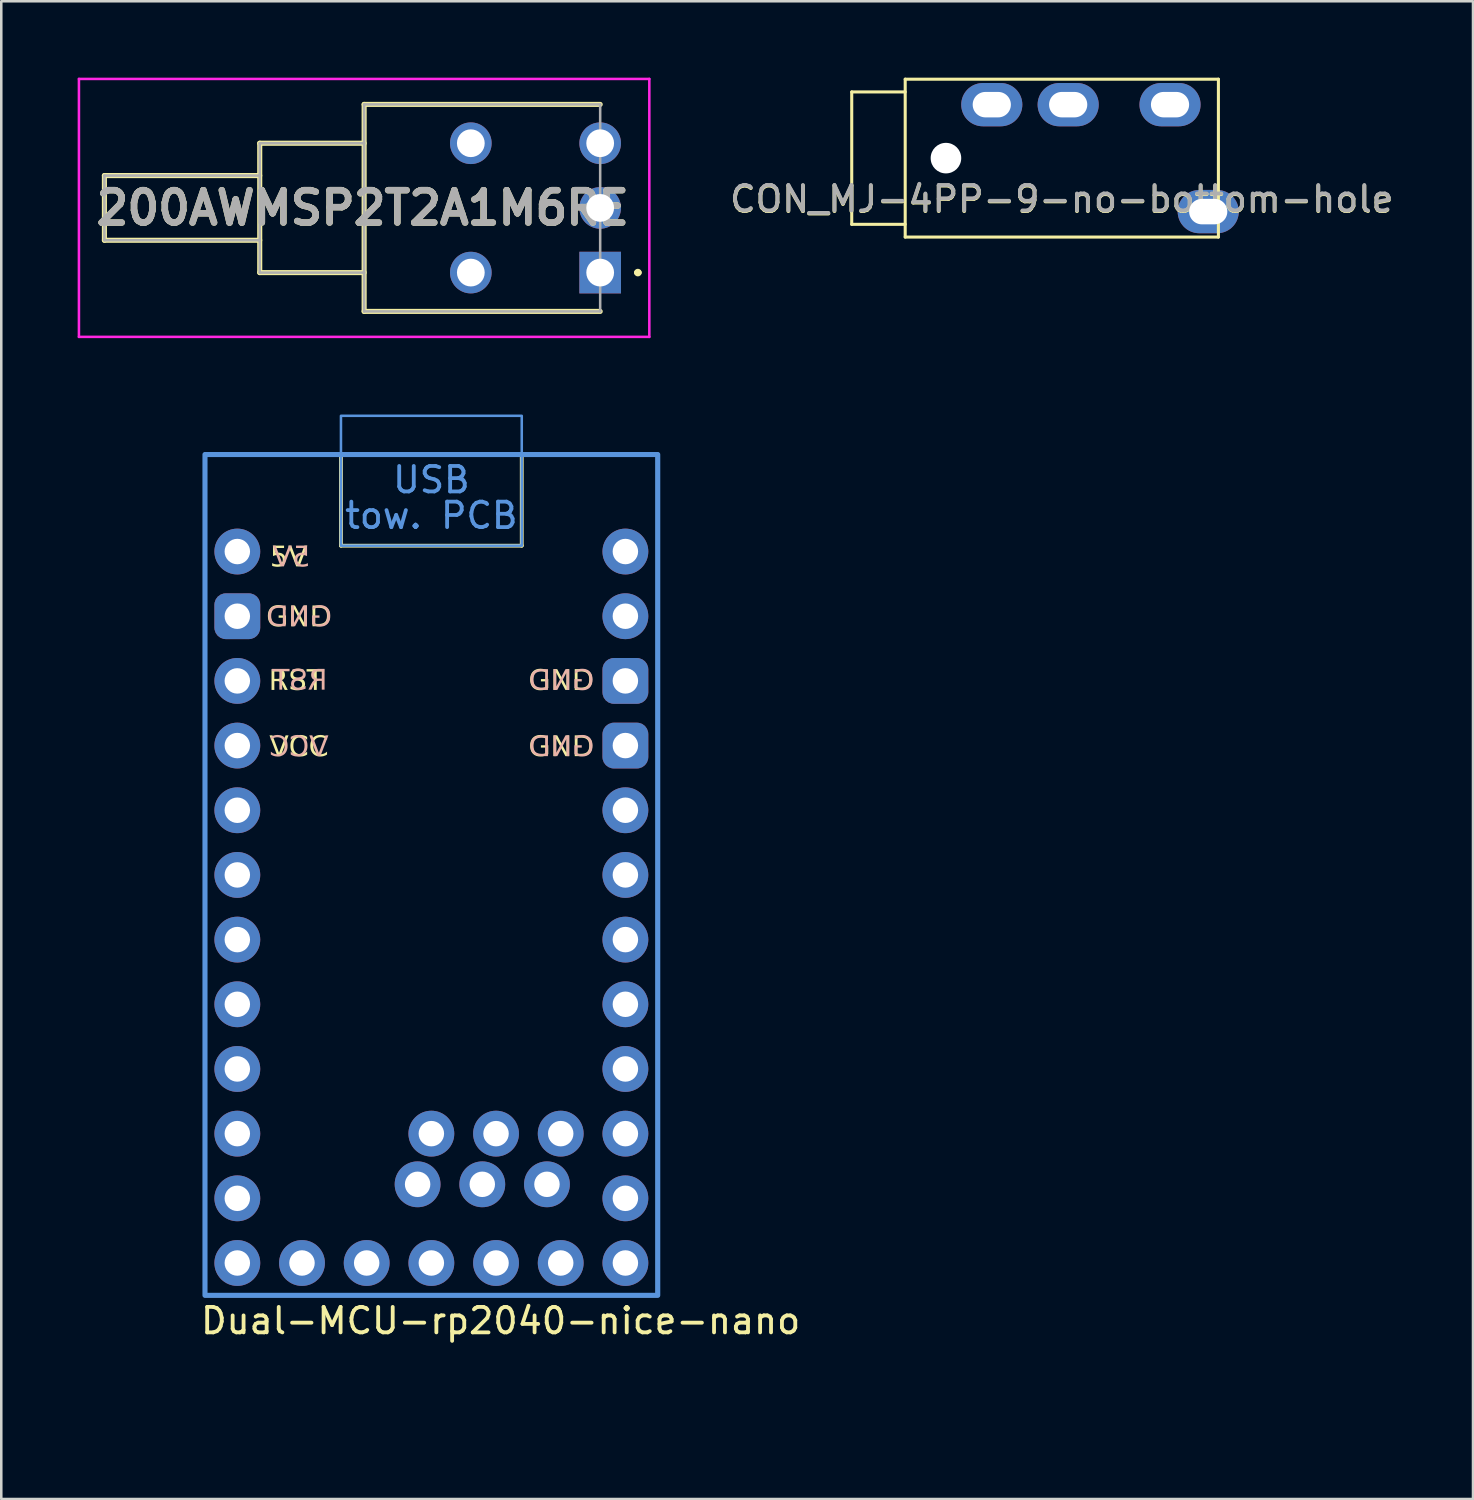
<source format=kicad_pcb>
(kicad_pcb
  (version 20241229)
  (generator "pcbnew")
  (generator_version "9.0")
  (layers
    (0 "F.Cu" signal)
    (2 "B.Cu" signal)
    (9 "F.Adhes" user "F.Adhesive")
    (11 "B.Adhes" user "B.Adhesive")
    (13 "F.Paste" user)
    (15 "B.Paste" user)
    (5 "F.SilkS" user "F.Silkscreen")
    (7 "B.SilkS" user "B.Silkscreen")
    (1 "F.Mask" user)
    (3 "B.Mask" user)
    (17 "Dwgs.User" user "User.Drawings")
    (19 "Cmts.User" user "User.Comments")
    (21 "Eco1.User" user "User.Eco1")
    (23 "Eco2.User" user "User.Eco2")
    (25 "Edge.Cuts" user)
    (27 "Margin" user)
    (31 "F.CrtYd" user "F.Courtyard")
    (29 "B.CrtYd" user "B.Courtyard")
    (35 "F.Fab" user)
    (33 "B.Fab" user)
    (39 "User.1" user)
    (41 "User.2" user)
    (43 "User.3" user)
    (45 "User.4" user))
  (footprint "CON_MJ-4PP-9-no-bottom-hole"
    (layer "F.Cu")
    (at 38.649 3.16)
    (property "Reference" "CON_MJ-4PP-9-no-bottom-hole" (at 0 1.626 0) (unlocked yes) (layer "F.SilkS") (effects (font (size 1 1) (thickness 0.15))))
    (attr through_hole)
    (fp_line (start -8.25 2.6) (end -8.25 -2.6) (stroke (width 0.12) (type solid)) (layer "F.SilkS"))
    (fp_line (start -6.15 -3.1) (end 6.15 -3.1) (stroke (width 0.12) (type solid)) (layer "F.SilkS"))
    (fp_line (start -6.15 -2.6) (end -8.25 -2.6) (stroke (width 0.12) (type solid)) (layer "F.SilkS"))
    (fp_line (start -6.15 2.6) (end -8.25 2.6) (stroke (width 0.12) (type solid)) (layer "F.SilkS"))
    (fp_line (start -6.15 3.1) (end -6.15 -3.1) (stroke (width 0.12) (type solid)) (layer "F.SilkS"))
    (fp_line (start 6.15 -3.1) (end 6.15 3.1) (stroke (width 0.12) (type solid)) (layer "F.SilkS"))
    (fp_line (start 6.15 3.1) (end -6.15 3.1) (stroke (width 0.12) (type solid)) (layer "F.SilkS"))
    (fp_text user "${REFERENCE}" (at 0 1.6 180) (layer "F.Fab") (effects (font (size 1 1) (thickness 0.15))))
    (pad "" np_thru_hole circle (at -4.55 0 90) (size 1.2 1.2) (drill 1.2) (layers "*.Cu" "*.Mask"))
    (pad "R1" thru_hole oval (at 4.25 -2.1 90) (size 1.7 2.4) (drill oval 1 1.5) (layers "*.Cu" "*.Mask"))
    (pad "R2" thru_hole oval (at 0.25 -2.1 90) (size 1.7 2.4) (drill oval 1 1.5) (layers "*.Cu" "*.Mask"))
    (pad "S" thru_hole oval (at -2.75 -2.1 90) (size 1.7 2.4) (drill oval 1 1.5) (layers "*.Cu" "*.Mask"))
    (pad "T" thru_hole oval (at 5.75 2.1 90) (size 1.7 2.4) (drill oval 1 1.5) (layers "*.Cu" "*.Mask")))
  (footprint "200AWMSP2T2A1M6RE"
    (layer "F.Cu")
    (at 11.25 5.115)
    (property "Reference" "200AWMSP2T2A1M6RE" (at -0.056 0 0) (layer "F.SilkS") (effects (font (size 1.27 1.27) (thickness 0.254))))
    (attr through_hole)
    (fp_line (start -10.2 -1.27) (end -10.2 1.27) (stroke (width 0.2) (type solid)) (layer "F.SilkS"))
    (fp_line (start -10.2 1.27) (end -4.1 1.27) (stroke (width 0.2) (type solid)) (layer "F.SilkS"))
    (fp_line (start -4.1 -2.54) (end -4.1 2.54) (stroke (width 0.2) (type solid)) (layer "F.SilkS"))
    (fp_line (start -4.1 -1.27) (end -10.2 -1.27) (stroke (width 0.2) (type solid)) (layer "F.SilkS"))
    (fp_line (start -4.1 2.54) (end 0 2.54) (stroke (width 0.2) (type solid)) (layer "F.SilkS"))
    (fp_line (start 0 -4.065) (end 0 4.065) (stroke (width 0.2) (type solid)) (layer "F.SilkS"))
    (fp_line (start 0 -2.54) (end -4.1 -2.54) (stroke (width 0.2) (type solid)) (layer "F.SilkS"))
    (fp_line (start 0 4.065) (end 9.27 4.065) (stroke (width 0.2) (type solid)) (layer "F.SilkS"))
    (fp_line (start 9.27 -4.065) (end 0 -4.065) (stroke (width 0.2) (type solid)) (layer "F.SilkS"))
    (fp_arc (start 10.7 2.54) (mid 10.75 2.49) (end 10.8 2.54) (stroke (width 0.2) (type solid)) (layer "F.SilkS"))
    (fp_arc (start 10.8 2.54) (mid 10.75 2.59) (end 10.7 2.54) (stroke (width 0.2) (type solid)) (layer "F.SilkS"))
    (fp_circle (center 10.75 2.54) (end 10.8 2.54) (stroke (width 0.1) (type default)) (fill no) (layer "F.SilkS"))
    (fp_line (start -11.2 -5.065) (end 11.2 -5.065) (stroke (width 0.1) (type solid)) (layer "F.CrtYd"))
    (fp_line (start -11.2 5.065) (end -11.2 -5.065) (stroke (width 0.1) (type solid)) (layer "F.CrtYd"))
    (fp_line (start 11.2 5.065) (end -11.2 5.065) (stroke (width 0.1) (type solid)) (layer "F.CrtYd"))
    (fp_line (start 11.2 5.065) (end 11.2 -5.065) (stroke (width 0.1) (type solid)) (layer "F.CrtYd"))
    (fp_line (start -10.2 -1.27) (end -10.2 1.27) (stroke (width 0.1) (type solid)) (layer "F.Fab"))
    (fp_line (start -10.2 1.27) (end -4.1 1.27) (stroke (width 0.1) (type solid)) (layer "F.Fab"))
    (fp_line (start -4.1 -2.54) (end -4.1 2.54) (stroke (width 0.1) (type solid)) (layer "F.Fab"))
    (fp_line (start -4.1 -1.27) (end -10.2 -1.27) (stroke (width 0.1) (type solid)) (layer "F.Fab"))
    (fp_line (start -4.1 2.54) (end 0 2.54) (stroke (width 0.1) (type solid)) (layer "F.Fab"))
    (fp_line (start 0 -4.065) (end 9.27 -4.065) (stroke (width 0.1) (type solid)) (layer "F.Fab"))
    (fp_line (start 0 -2.54) (end -4.1 -2.54) (stroke (width 0.1) (type solid)) (layer "F.Fab"))
    (fp_line (start 0 4.065) (end 0 -4.065) (stroke (width 0.1) (type solid)) (layer "F.Fab"))
    (fp_line (start 9.27 -4.065) (end 9.27 4.065) (stroke (width 0.1) (type solid)) (layer "F.Fab"))
    (fp_line (start 9.27 4.065) (end 0 4.065) (stroke (width 0.1) (type solid)) (layer "F.Fab"))
    (fp_text user "${REFERENCE}" (at -0.056 0 0) (layer "F.Fab") (effects (font (size 1.27 1.27) (thickness 0.254))))
    (pad "1" thru_hole rect (at 9.27 2.54) (size 1.635 1.635) (drill 1.09) (layers "*.Cu" "*.Mask"))
    (pad "2" thru_hole circle (at 9.27 0) (size 1.635 1.635) (drill 1.09) (layers "*.Cu" "*.Mask"))
    (pad "3" thru_hole circle (at 9.27 -2.54) (size 1.635 1.635) (drill 1.09) (layers "*.Cu" "*.Mask"))
    (pad "MH1" thru_hole circle (at 4.19 2.54) (size 1.635 1.635) (drill 1.09) (layers "*.Cu" "*.Mask"))
    (pad "MH2" thru_hole circle (at 4.19 -2.54) (size 1.635 1.635) (drill 1.09) (layers "*.Cu" "*.Mask")))
  (footprint "Dual-MCU-rp2040-nice-nano"
    (layer "F.Cu")
    (at 13.89 31.31)
    (property "Reference" "Dual-MCU-rp2040-nice-nano" (at -9.14 17.51 0) (layer "F.SilkS") (effects (font (size 1 1) (thickness 0.15)) (justify left)))
    (attr through_hole exclude_from_pos_files exclude_from_bom)
    (fp_line (start -3.55 -12.93) (end -3.55 -16.51) (stroke (width 0.15) (type default)) (layer "F.SilkS"))
    (fp_line (start 3.55 -12.93) (end -3.55 -12.93) (stroke (width 0.15) (type default)) (layer "F.SilkS"))
    (fp_line (start 3.55 -12.93) (end 3.55 -16.51) (stroke (width 0.15) (type default)) (layer "F.SilkS"))
    (fp_rect (start -8.89 -16.51) (end 8.89 16.51) (stroke (width 0.15) (type solid)) (fill no) (layer "F.SilkS"))
    (fp_rect (start -3.55 -18.03) (end 3.55 -12.93) (stroke (width 0.1) (type default)) (fill no) (layer "Cmts.User"))
    (fp_rect (start 8.89 -16.51) (end -8.89 16.51) (stroke (width 0.2) (type solid)) (fill no) (layer "Cmts.User"))
    (fp_text user "5V" (at -5.6 -11.98 0) (layer "F.SilkS") (effects (font (face "Helvetica Neue") (size 0.8 0.8) (thickness 0.15)) (justify bottom)))
    (fp_text user "RST" (at -5.3 -7.13 0) (layer "F.SilkS") (effects (font (face "Helvetica") (size 0.8 0.8) (thickness 0.15)) (justify bottom)))
    (fp_text user "GND" (at 5.1 -4.53 0) (layer "F.SilkS") (effects (font (face "Helvetica Neue") (size 0.8 0.8) (thickness 0.15)) (justify bottom)))
    (fp_text user "VCC" (at -5.2 -4.53 0) (layer "F.SilkS") (effects (font (face "Helvetica Neue") (size 0.8 0.8) (thickness 0.15)) (justify bottom)))
    (fp_text user "GND" (at -5.2 -9.63 0) (layer "F.SilkS") (effects (font (face "Helvetica Neue") (size 0.8 0.8) (thickness 0.15)) (justify bottom)))
    (fp_text user "GND" (at 5.1 -7.13 0) (layer "F.SilkS") (effects (font (face "Helvetica Neue") (size 0.8 0.8) (thickness 0.15)) (justify bottom)))
    (fp_text user "GND" (at 5.11 -4.53 0) (layer "B.SilkS") (effects (font (face "Helvetica Neue") (size 0.8 0.8) (thickness 0.15)) (justify bottom mirror)))
    (fp_text user "VCC" (at -5.2 -4.53 0) (layer "B.SilkS") (effects (font (face "Helvetica Neue") (size 0.8 0.8) (thickness 0.15)) (justify bottom mirror)))
    (fp_text user "GND" (at 5.11 -7.13 0) (layer "B.SilkS") (effects (font (face "Helvetica Neue") (size 0.8 0.8) (thickness 0.15)) (justify bottom mirror)))
    (fp_text user "5V" (at -5.5 -11.98 0) (layer "B.SilkS") (effects (font (face "Helvetica Neue") (size 0.8 0.8) (thickness 0.15)) (justify bottom mirror)))
    (fp_text user "RST" (at -5.17 -7.14 0) (layer "B.SilkS") (effects (font (face "Helvetica Neue") (size 0.8 0.8) (thickness 0.15)) (justify bottom mirror)))
    (fp_text user "GND" (at -5.19 -9.63 0) (layer "B.SilkS") (effects (font (face "Helvetica Neue") (size 0.8 0.8) (thickness 0.15)) (justify bottom mirror)))
    (fp_text user "USB" (at 0 -14.93 0) (unlocked yes) (layer "Cmts.User") (effects (font (size 1 1) (thickness 0.15)) (justify bottom)))
    (fp_text user "tow. PCB" (at 0 -13.53 0) (unlocked yes) (layer "Cmts.User") (effects (font (size 1 1) (thickness 0.15)) (justify bottom)))
    (pad "1" thru_hole circle (at 7.62 -12.7) (size 1.8 1.8) (drill 1) (layers "*.Cu" "B.Mask"))
    (pad "2" thru_hole circle (at 7.62 -10.16) (size 1.8 1.8) (drill 1) (layers "*.Cu" "B.Mask"))
    (pad "3" thru_hole roundrect (at 7.62 -7.62) (size 1.8 1.8) (drill 1) (layers "*.Cu" "B.Mask") (roundrect_rratio 0.25))
    (pad "4" thru_hole roundrect (at 7.62 -5.08) (size 1.8 1.8) (drill 1) (layers "*.Cu" "B.Mask") (roundrect_rratio 0.25))
    (pad "5" thru_hole circle (at 7.62 -2.54) (size 1.8 1.8) (drill 1) (layers "*.Cu" "B.Mask"))
    (pad "6" thru_hole circle (at 7.62 0) (size 1.8 1.8) (drill 1) (layers "*.Cu" "B.Mask"))
    (pad "7" thru_hole circle (at 7.62 2.54) (size 1.8 1.8) (drill 1) (layers "*.Cu" "B.Mask"))
    (pad "8" thru_hole circle (at 7.62 5.08) (size 1.8 1.8) (drill 1) (layers "*.Cu" "B.Mask"))
    (pad "9" thru_hole circle (at 7.62 7.62) (size 1.8 1.8) (drill 1) (layers "*.Cu" "B.Mask"))
    (pad "10" thru_hole circle (at 7.62 10.16) (size 1.8 1.8) (drill 1) (layers "*.Cu" "B.Mask"))
    (pad "11" thru_hole circle (at 7.62 12.7) (size 1.8 1.8) (drill 1) (layers "*.Cu" "B.Mask"))
    (pad "12" thru_hole circle (at 7.62 15.24) (size 1.8 1.8) (drill 1) (layers "*.Cu" "B.Mask"))
    (pad "13" thru_hole circle (at -7.62 -12.7) (size 1.8 1.8) (drill 1) (layers "*.Cu" "B.Mask"))
    (pad "14" thru_hole roundrect (at -7.62 -10.16) (size 1.8 1.8) (drill 1) (layers "*.Cu" "B.Mask") (roundrect_rratio 0.25))
    (pad "15" thru_hole circle (at -7.62 -7.62) (size 1.8 1.8) (drill 1) (layers "*.Cu" "B.Mask"))
    (pad "16" thru_hole circle (at -7.62 -5.08) (size 1.8 1.8) (drill 1) (layers "*.Cu" "B.Mask"))
    (pad "17" thru_hole circle (at -7.62 -2.54) (size 1.8 1.8) (drill 1) (layers "*.Cu" "B.Mask"))
    (pad "18" thru_hole circle (at -7.62 0) (size 1.8 1.8) (drill 1) (layers "*.Cu" "B.Mask"))
    (pad "19" thru_hole circle (at -7.62 2.54) (size 1.8 1.8) (drill 1) (layers "*.Cu" "B.Mask"))
    (pad "20" thru_hole circle (at -7.62 5.08) (size 1.8 1.8) (drill 1) (layers "*.Cu" "B.Mask"))
    (pad "21" thru_hole circle (at -7.62 7.62) (size 1.8 1.8) (drill 1) (layers "*.Cu" "B.Mask"))
    (pad "22" thru_hole circle (at -7.62 10.16) (size 1.8 1.8) (drill 1) (layers "*.Cu" "B.Mask"))
    (pad "23" thru_hole circle (at -7.62 12.7) (size 1.8 1.8) (drill 1) (layers "*.Cu" "B.Mask"))
    (pad "24" thru_hole circle (at -7.62 15.24) (size 1.8 1.8) (drill 1) (layers "*.Cu" "B.Mask"))
    (pad "25" thru_hole circle (at 4.54 12.15) (size 1.8 1.8) (drill 1) (layers "*.Cu" "B.Mask"))
    (pad "25" thru_hole circle (at 5.08 10.16) (size 1.8 1.8) (drill 1) (layers "*.Cu" "B.Mask"))
    (pad "25" thru_hole circle (at 5.08 15.24) (size 1.8 1.8) (drill 1) (layers "*.Cu" "B.Mask"))
    (pad "26" thru_hole circle (at 2 12.15) (size 1.8 1.8) (drill 1) (layers "*.Cu" "B.Mask"))
    (pad "26" thru_hole circle (at 2.54 10.16) (size 1.8 1.8) (drill 1) (layers "*.Cu" "B.Mask"))
    (pad "26" thru_hole circle (at 2.54 15.24) (size 1.8 1.8) (drill 1) (layers "*.Cu" "B.Mask"))
    (pad "27" thru_hole circle (at -0.54 12.15) (size 1.8 1.8) (drill 1) (layers "*.Cu" "B.Mask"))
    (pad "27" thru_hole circle (at 0 10.16) (size 1.8 1.8) (drill 1) (layers "*.Cu" "B.Mask"))
    (pad "27" thru_hole circle (at 0 15.24) (size 1.8 1.8) (drill 1) (layers "*.Cu" "B.Mask"))
    (pad "28" thru_hole circle (at -2.54 15.24) (size 1.8 1.8) (drill 1) (layers "*.Cu" "B.Mask"))
    (pad "29" thru_hole circle (at -5.08 15.24) (size 1.8 1.8) (drill 1) (layers "*.Cu" "B.Mask"))
    (zone (net_name "") (layers "F.Cu" "B.Cu") (name "ANT") (hatch edge 0.5) (connect_pads) (min_thickness 0.25) (filled_areas_thickness no) (keepout (tracks allowed) (vias allowed) (pads allowed) (copperpour not_allowed) (footprints allowed)) (placement (enabled no)) (fill) (polygon (pts (xy 0 42.74) (xy 27.78 42.74) (xy 27.78 52.82) (xy 0 52.82)))))
  (gr_rect
    (start -3 -3)
    (end 54.798 55.82)
    (stroke (width 0.1) (type default))
    (fill no)
    (layer "Edge.Cuts")))
</source>
